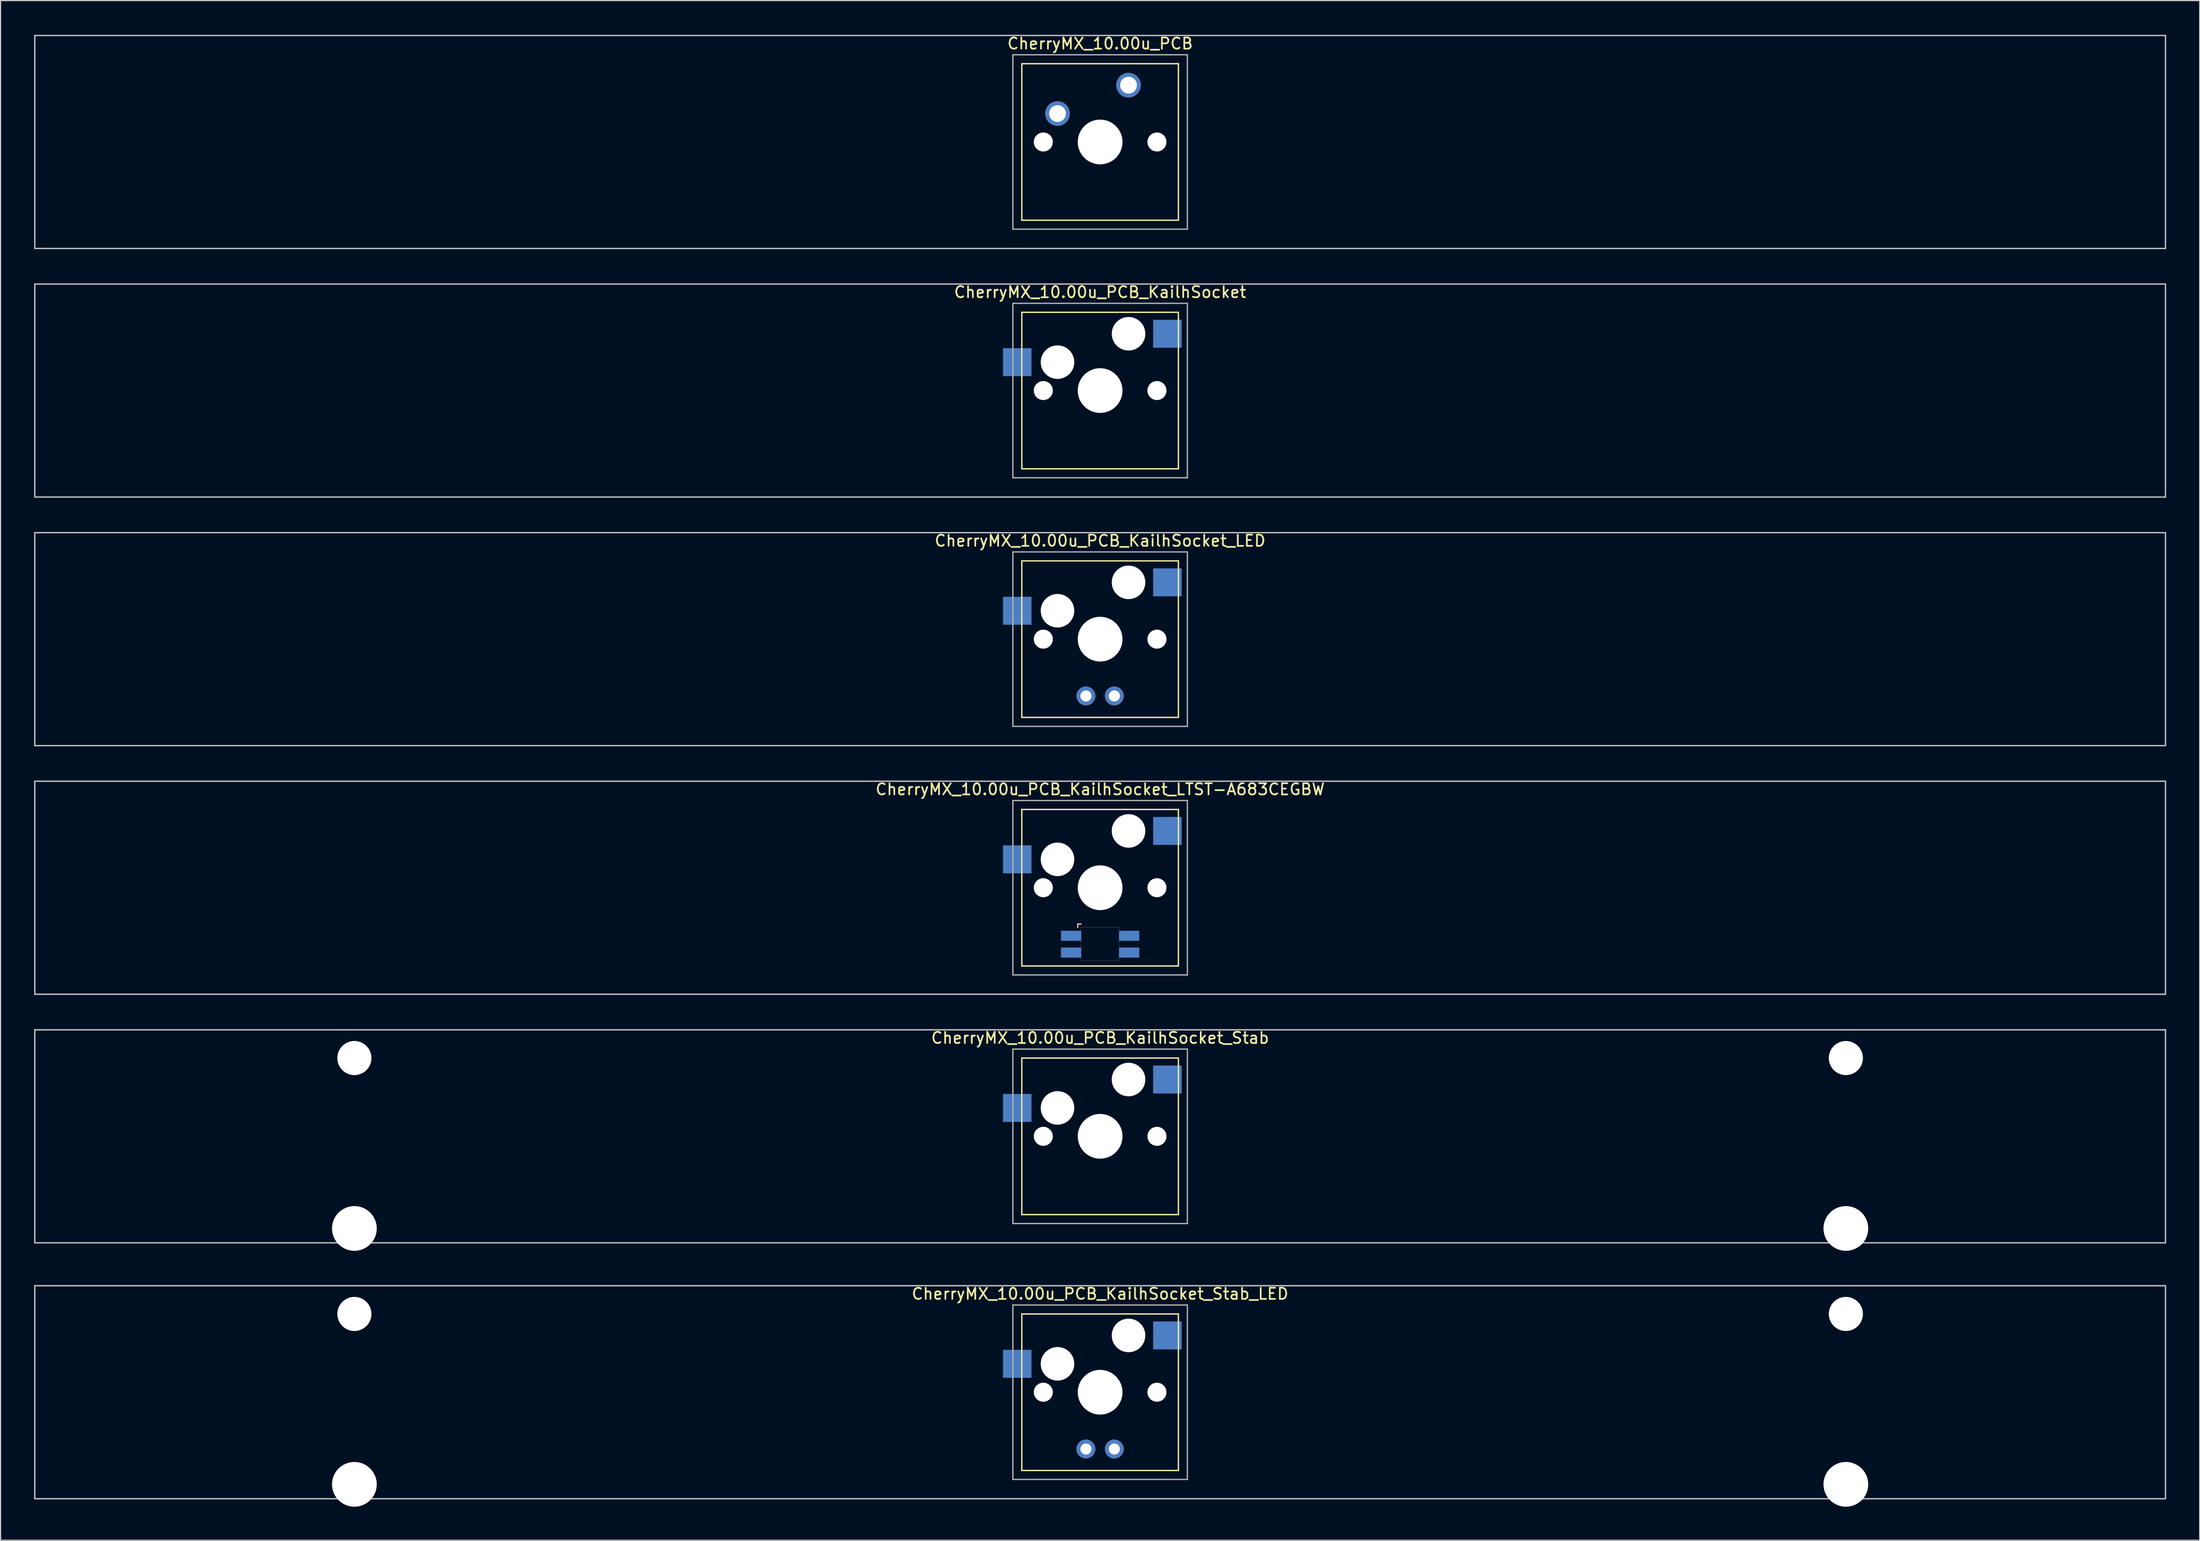
<source format=kicad_pcb>
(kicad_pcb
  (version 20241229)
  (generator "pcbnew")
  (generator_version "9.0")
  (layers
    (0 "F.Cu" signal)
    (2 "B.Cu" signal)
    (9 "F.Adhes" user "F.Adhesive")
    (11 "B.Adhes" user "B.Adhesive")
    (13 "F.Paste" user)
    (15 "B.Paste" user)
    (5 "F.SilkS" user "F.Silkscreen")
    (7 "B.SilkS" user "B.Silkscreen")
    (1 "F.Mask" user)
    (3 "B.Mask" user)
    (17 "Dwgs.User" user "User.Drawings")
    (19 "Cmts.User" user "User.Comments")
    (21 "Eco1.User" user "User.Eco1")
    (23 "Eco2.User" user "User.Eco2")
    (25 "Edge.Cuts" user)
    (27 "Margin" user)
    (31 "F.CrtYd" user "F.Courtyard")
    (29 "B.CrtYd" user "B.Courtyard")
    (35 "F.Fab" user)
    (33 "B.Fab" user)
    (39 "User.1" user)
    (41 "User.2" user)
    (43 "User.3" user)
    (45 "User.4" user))
  (footprint "CherryMX_10.00u_PCB_KailhSocket_Stab"
    (layer "F.Cu")
    (at 95.31 98.581)
    (property "Reference" "CherryMX_10.00u_PCB_KailhSocket_Stab" (at 0 -8.8 0) (layer "F.SilkS") (effects (font (size 1 1) (thickness 0.15))))
    (attr through_hole)
    (fp_line (start -7 -7) (end -7 7) (stroke (width 0.12) (type solid)) (layer "F.SilkS"))
    (fp_line (start -7 -7) (end 7 -7) (stroke (width 0.12) (type solid)) (layer "F.SilkS"))
    (fp_line (start 7 -7) (end 7 7) (stroke (width 0.12) (type solid)) (layer "F.SilkS"))
    (fp_line (start 7 7) (end -7 7) (stroke (width 0.12) (type solid)) (layer "F.SilkS"))
    (fp_line (start -95.25 -9.525) (end 95.25 -9.525) (stroke (width 0.12) (type solid)) (layer "Dwgs.User"))
    (fp_line (start -95.25 9.525) (end -95.25 -9.525) (stroke (width 0.12) (type solid)) (layer "Dwgs.User"))
    (fp_line (start 95.25 -9.525) (end 95.25 9.525) (stroke (width 0.12) (type solid)) (layer "Dwgs.User"))
    (fp_line (start 95.25 9.525) (end -95.25 9.525) (stroke (width 0.12) (type solid)) (layer "Dwgs.User"))
    (fp_line (start -7.8 -7.8) (end -7.8 7.8) (stroke (width 0.12) (type solid)) (layer "F.Fab"))
    (fp_line (start -7.8 -7.8) (end 7.8 -7.8) (stroke (width 0.12) (type solid)) (layer "F.Fab"))
    (fp_line (start -7.8 7.8) (end 7.8 7.8) (stroke (width 0.12) (type solid)) (layer "F.Fab"))
    (fp_line (start 7.8 -7.8) (end 7.8 7.8) (stroke (width 0.12) (type solid)) (layer "F.Fab"))
    (pad "" np_thru_hole circle (at -66.675 -7) (size 3.05 3.05) (drill 3.05) (layers "*.Cu" "*.Mask"))
    (pad "" np_thru_hole circle (at -66.675 8.24) (size 4 4) (drill 4) (layers "*.Cu" "*.Mask"))
    (pad "" np_thru_hole circle (at -5.08 0) (size 1.7 1.7) (drill 1.7) (layers "*.Cu" "*.Mask"))
    (pad "" np_thru_hole circle (at -3.81 -2.54) (size 3 3) (drill 3) (layers "*.Cu" "*.Mask"))
    (pad "" np_thru_hole circle (at 0 0) (size 4 4) (drill 4) (layers "*.Cu" "*.Mask"))
    (pad "" np_thru_hole circle (at 2.54 -5.08) (size 3 3) (drill 3) (layers "*.Cu" "*.Mask"))
    (pad "" np_thru_hole circle (at 5.08 0) (size 1.7 1.7) (drill 1.7) (layers "*.Cu" "*.Mask"))
    (pad "" np_thru_hole circle (at 66.675 -7) (size 3.05 3.05) (drill 3.05) (layers "*.Cu" "*.Mask"))
    (pad "" np_thru_hole circle (at 66.675 8.24) (size 4 4) (drill 4) (layers "*.Cu" "*.Mask"))
    (pad "1" smd rect (at -7.41 -2.54) (size 2.55 2.5) (layers "B.Cu" "B.Mask" "B.Paste"))
    (pad "2" smd rect (at 6.015 -5.08) (size 2.55 2.5) (layers "B.Cu" "B.Mask" "B.Paste")))
  (footprint "CherryMX_10.00u_PCB_KailhSocket_LED"
    (layer "F.Cu")
    (at 95.31 54.115)
    (property "Reference" "CherryMX_10.00u_PCB_KailhSocket_LED" (at 0 -8.8 0) (layer "F.SilkS") (effects (font (size 1 1) (thickness 0.15))))
    (attr through_hole)
    (fp_line (start -7 -7) (end -7 7) (stroke (width 0.12) (type solid)) (layer "F.SilkS"))
    (fp_line (start -7 -7) (end 7 -7) (stroke (width 0.12) (type solid)) (layer "F.SilkS"))
    (fp_line (start 7 -7) (end 7 7) (stroke (width 0.12) (type solid)) (layer "F.SilkS"))
    (fp_line (start 7 7) (end -7 7) (stroke (width 0.12) (type solid)) (layer "F.SilkS"))
    (fp_line (start -95.25 -9.525) (end 95.25 -9.525) (stroke (width 0.12) (type solid)) (layer "Dwgs.User"))
    (fp_line (start -95.25 9.525) (end -95.25 -9.525) (stroke (width 0.12) (type solid)) (layer "Dwgs.User"))
    (fp_line (start 95.25 -9.525) (end 95.25 9.525) (stroke (width 0.12) (type solid)) (layer "Dwgs.User"))
    (fp_line (start 95.25 9.525) (end -95.25 9.525) (stroke (width 0.12) (type solid)) (layer "Dwgs.User"))
    (fp_line (start -7.8 -7.8) (end -7.8 7.8) (stroke (width 0.12) (type solid)) (layer "F.Fab"))
    (fp_line (start -7.8 -7.8) (end 7.8 -7.8) (stroke (width 0.12) (type solid)) (layer "F.Fab"))
    (fp_line (start -7.8 7.8) (end 7.8 7.8) (stroke (width 0.12) (type solid)) (layer "F.Fab"))
    (fp_line (start 7.8 -7.8) (end 7.8 7.8) (stroke (width 0.12) (type solid)) (layer "F.Fab"))
    (pad "" np_thru_hole circle (at -5.08 0) (size 1.7 1.7) (drill 1.7) (layers "*.Cu" "*.Mask"))
    (pad "" np_thru_hole circle (at -3.81 -2.54) (size 3 3) (drill 3) (layers "*.Cu" "*.Mask"))
    (pad "" np_thru_hole circle (at 0 0) (size 4 4) (drill 4) (layers "*.Cu" "*.Mask"))
    (pad "" np_thru_hole circle (at 2.54 -5.08) (size 3 3) (drill 3) (layers "*.Cu" "*.Mask"))
    (pad "" np_thru_hole circle (at 5.08 0) (size 1.7 1.7) (drill 1.7) (layers "*.Cu" "*.Mask"))
    (pad "1" smd rect (at -7.41 -2.54) (size 2.55 2.5) (layers "B.Cu" "B.Mask" "B.Paste"))
    (pad "2" smd rect (at 6.015 -5.08) (size 2.55 2.5) (layers "B.Cu" "B.Mask" "B.Paste"))
    (pad "3" thru_hole circle (at -1.27 5.08) (size 1.691 1.691) (drill 0.991) (layers "*.Cu" "*.Mask"))
    (pad "4" thru_hole circle (at 1.27 5.08) (size 1.691 1.691) (drill 0.991) (layers "*.Cu" "*.Mask")))
  (footprint "CherryMX_10.00u_PCB"
    (layer "F.Cu")
    (at 95.31 9.648)
    (property "Reference" "CherryMX_10.00u_PCB" (at 0 -8.8 0) (layer "F.SilkS") (effects (font (size 1 1) (thickness 0.15))))
    (attr through_hole)
    (fp_line (start -7 -7) (end -7 7) (stroke (width 0.12) (type solid)) (layer "F.SilkS"))
    (fp_line (start -7 -7) (end 7 -7) (stroke (width 0.12) (type solid)) (layer "F.SilkS"))
    (fp_line (start 7 -7) (end 7 7) (stroke (width 0.12) (type solid)) (layer "F.SilkS"))
    (fp_line (start 7 7) (end -7 7) (stroke (width 0.12) (type solid)) (layer "F.SilkS"))
    (fp_line (start -95.25 -9.525) (end 95.25 -9.525) (stroke (width 0.12) (type solid)) (layer "Dwgs.User"))
    (fp_line (start -95.25 9.525) (end -95.25 -9.525) (stroke (width 0.12) (type solid)) (layer "Dwgs.User"))
    (fp_line (start 95.25 -9.525) (end 95.25 9.525) (stroke (width 0.12) (type solid)) (layer "Dwgs.User"))
    (fp_line (start 95.25 9.525) (end -95.25 9.525) (stroke (width 0.12) (type solid)) (layer "Dwgs.User"))
    (fp_line (start -7.8 -7.8) (end -7.8 7.8) (stroke (width 0.12) (type solid)) (layer "F.Fab"))
    (fp_line (start -7.8 -7.8) (end 7.8 -7.8) (stroke (width 0.12) (type solid)) (layer "F.Fab"))
    (fp_line (start -7.8 7.8) (end 7.8 7.8) (stroke (width 0.12) (type solid)) (layer "F.Fab"))
    (fp_line (start 7.8 -7.8) (end 7.8 7.8) (stroke (width 0.12) (type solid)) (layer "F.Fab"))
    (pad "" np_thru_hole circle (at -5.08 0) (size 1.7 1.7) (drill 1.7) (layers "*.Cu" "*.Mask"))
    (pad "" np_thru_hole circle (at 0 0) (size 4 4) (drill 4) (layers "*.Cu" "*.Mask"))
    (pad "" np_thru_hole circle (at 5.08 0) (size 1.7 1.7) (drill 1.7) (layers "*.Cu" "*.Mask"))
    (pad "1" thru_hole circle (at -3.81 -2.54) (size 2.2 2.2) (drill 1.5) (layers "*.Cu" "*.Mask"))
    (pad "2" thru_hole circle (at 2.54 -5.08) (size 2.2 2.2) (drill 1.5) (layers "*.Cu" "*.Mask")))
  (footprint "CherryMX_10.00u_PCB_KailhSocket_LTST-A683CEGBW"
    (layer "F.Cu")
    (at 95.31 76.348)
    (property "Reference" "CherryMX_10.00u_PCB_KailhSocket_LTST-A683CEGBW" (at 0 -8.8 0) (layer "F.SilkS") (effects (font (size 1 1) (thickness 0.15))))
    (attr through_hole)
    (fp_line (start -7 -7) (end -7 7) (stroke (width 0.12) (type solid)) (layer "F.SilkS"))
    (fp_line (start -7 -7) (end 7 -7) (stroke (width 0.12) (type solid)) (layer "F.SilkS"))
    (fp_line (start 7 -7) (end 7 7) (stroke (width 0.12) (type solid)) (layer "F.SilkS"))
    (fp_line (start 7 7) (end -7 7) (stroke (width 0.12) (type solid)) (layer "F.SilkS"))
    (fp_line (start -2 3.25) (end -2 3.55) (stroke (width 0.12) (type solid)) (layer "B.SilkS"))
    (fp_line (start -1.7 3.25) (end -2 3.25) (stroke (width 0.12) (type solid)) (layer "B.SilkS"))
    (fp_line (start -95.25 -9.525) (end 95.25 -9.525) (stroke (width 0.12) (type solid)) (layer "Dwgs.User"))
    (fp_line (start -95.25 9.525) (end -95.25 -9.525) (stroke (width 0.12) (type solid)) (layer "Dwgs.User"))
    (fp_line (start 95.25 -9.525) (end 95.25 9.525) (stroke (width 0.12) (type solid)) (layer "Dwgs.User"))
    (fp_line (start 95.25 9.525) (end -95.25 9.525) (stroke (width 0.12) (type solid)) (layer "Dwgs.User"))
    (fp_poly (pts (xy 1.7 6.55) (xy -1.7 6.55) (xy -1.7 3.55) (xy 1.7 3.55)) (stroke (width 0.01) (type solid)) (fill no) (layer "Edge.Cuts"))
    (fp_line (start -7.8 -7.8) (end -7.8 7.8) (stroke (width 0.12) (type solid)) (layer "F.Fab"))
    (fp_line (start -7.8 -7.8) (end 7.8 -7.8) (stroke (width 0.12) (type solid)) (layer "F.Fab"))
    (fp_line (start -7.8 7.8) (end 7.8 7.8) (stroke (width 0.12) (type solid)) (layer "F.Fab"))
    (fp_line (start 7.8 -7.8) (end 7.8 7.8) (stroke (width 0.12) (type solid)) (layer "F.Fab"))
    (pad "" np_thru_hole circle (at -5.08 0) (size 1.7 1.7) (drill 1.7) (layers "*.Cu" "*.Mask"))
    (pad "" np_thru_hole circle (at -3.81 -2.54) (size 3 3) (drill 3) (layers "*.Cu" "*.Mask"))
    (pad "" np_thru_hole circle (at 0 0) (size 4 4) (drill 4) (layers "*.Cu" "*.Mask"))
    (pad "" np_thru_hole circle (at 2.54 -5.08) (size 3 3) (drill 3) (layers "*.Cu" "*.Mask"))
    (pad "" np_thru_hole circle (at 5.08 0) (size 1.7 1.7) (drill 1.7) (layers "*.Cu" "*.Mask"))
    (pad "1" smd rect (at -7.41 -2.54) (size 2.55 2.5) (layers "B.Cu" "B.Mask" "B.Paste"))
    (pad "2" smd rect (at 6.015 -5.08) (size 2.55 2.5) (layers "B.Cu" "B.Mask" "B.Paste"))
    (pad "3" smd rect (at -2.6 4.3) (size 1.8 0.9) (layers "B.Cu" "B.Mask" "B.Paste"))
    (pad "4" smd rect (at -2.6 5.8) (size 1.8 0.9) (layers "B.Cu" "B.Mask" "B.Paste"))
    (pad "5" smd rect (at 2.6 4.3) (size 1.8 0.9) (layers "B.Cu" "B.Mask" "B.Paste"))
    (pad "6" smd rect (at 2.6 5.8) (size 1.8 0.9) (layers "B.Cu" "B.Mask" "B.Paste")))
  (footprint "CherryMX_10.00u_PCB_KailhSocket_Stab_LED"
    (layer "F.Cu")
    (at 95.31 121.469)
    (property "Reference" "CherryMX_10.00u_PCB_KailhSocket_Stab_LED" (at 0 -8.8 0) (layer "F.SilkS") (effects (font (size 1 1) (thickness 0.15))))
    (attr through_hole)
    (fp_line (start -7 -7) (end -7 7) (stroke (width 0.12) (type solid)) (layer "F.SilkS"))
    (fp_line (start -7 -7) (end 7 -7) (stroke (width 0.12) (type solid)) (layer "F.SilkS"))
    (fp_line (start 7 -7) (end 7 7) (stroke (width 0.12) (type solid)) (layer "F.SilkS"))
    (fp_line (start 7 7) (end -7 7) (stroke (width 0.12) (type solid)) (layer "F.SilkS"))
    (fp_line (start -95.25 -9.525) (end 95.25 -9.525) (stroke (width 0.12) (type solid)) (layer "Dwgs.User"))
    (fp_line (start -95.25 9.525) (end -95.25 -9.525) (stroke (width 0.12) (type solid)) (layer "Dwgs.User"))
    (fp_line (start 95.25 -9.525) (end 95.25 9.525) (stroke (width 0.12) (type solid)) (layer "Dwgs.User"))
    (fp_line (start 95.25 9.525) (end -95.25 9.525) (stroke (width 0.12) (type solid)) (layer "Dwgs.User"))
    (fp_line (start -7.8 -7.8) (end -7.8 7.8) (stroke (width 0.12) (type solid)) (layer "F.Fab"))
    (fp_line (start -7.8 -7.8) (end 7.8 -7.8) (stroke (width 0.12) (type solid)) (layer "F.Fab"))
    (fp_line (start -7.8 7.8) (end 7.8 7.8) (stroke (width 0.12) (type solid)) (layer "F.Fab"))
    (fp_line (start 7.8 -7.8) (end 7.8 7.8) (stroke (width 0.12) (type solid)) (layer "F.Fab"))
    (pad "" np_thru_hole circle (at -66.675 -7) (size 3.05 3.05) (drill 3.05) (layers "*.Cu" "*.Mask"))
    (pad "" np_thru_hole circle (at -66.675 8.24) (size 4 4) (drill 4) (layers "*.Cu" "*.Mask"))
    (pad "" np_thru_hole circle (at -5.08 0) (size 1.7 1.7) (drill 1.7) (layers "*.Cu" "*.Mask"))
    (pad "" np_thru_hole circle (at -3.81 -2.54) (size 3 3) (drill 3) (layers "*.Cu" "*.Mask"))
    (pad "" np_thru_hole circle (at 0 0) (size 4 4) (drill 4) (layers "*.Cu" "*.Mask"))
    (pad "" np_thru_hole circle (at 2.54 -5.08) (size 3 3) (drill 3) (layers "*.Cu" "*.Mask"))
    (pad "" np_thru_hole circle (at 5.08 0) (size 1.7 1.7) (drill 1.7) (layers "*.Cu" "*.Mask"))
    (pad "" np_thru_hole circle (at 66.675 -7) (size 3.05 3.05) (drill 3.05) (layers "*.Cu" "*.Mask"))
    (pad "" np_thru_hole circle (at 66.675 8.24) (size 4 4) (drill 4) (layers "*.Cu" "*.Mask"))
    (pad "1" smd rect (at -7.41 -2.54) (size 2.55 2.5) (layers "B.Cu" "B.Mask" "B.Paste"))
    (pad "2" smd rect (at 6.015 -5.08) (size 2.55 2.5) (layers "B.Cu" "B.Mask" "B.Paste"))
    (pad "3" thru_hole circle (at -1.27 5.08) (size 1.691 1.691) (drill 0.991) (layers "*.Cu" "*.Mask"))
    (pad "4" thru_hole circle (at 1.27 5.08) (size 1.691 1.691) (drill 0.991) (layers "*.Cu" "*.Mask")))
  (footprint "CherryMX_10.00u_PCB_KailhSocket"
    (layer "F.Cu")
    (at 95.31 31.881)
    (property "Reference" "CherryMX_10.00u_PCB_KailhSocket" (at 0 -8.8 0) (layer "F.SilkS") (effects (font (size 1 1) (thickness 0.15))))
    (attr through_hole)
    (fp_line (start -7 -7) (end -7 7) (stroke (width 0.12) (type solid)) (layer "F.SilkS"))
    (fp_line (start -7 -7) (end 7 -7) (stroke (width 0.12) (type solid)) (layer "F.SilkS"))
    (fp_line (start 7 -7) (end 7 7) (stroke (width 0.12) (type solid)) (layer "F.SilkS"))
    (fp_line (start 7 7) (end -7 7) (stroke (width 0.12) (type solid)) (layer "F.SilkS"))
    (fp_line (start -95.25 -9.525) (end 95.25 -9.525) (stroke (width 0.12) (type solid)) (layer "Dwgs.User"))
    (fp_line (start -95.25 9.525) (end -95.25 -9.525) (stroke (width 0.12) (type solid)) (layer "Dwgs.User"))
    (fp_line (start 95.25 -9.525) (end 95.25 9.525) (stroke (width 0.12) (type solid)) (layer "Dwgs.User"))
    (fp_line (start 95.25 9.525) (end -95.25 9.525) (stroke (width 0.12) (type solid)) (layer "Dwgs.User"))
    (fp_line (start -7.8 -7.8) (end -7.8 7.8) (stroke (width 0.12) (type solid)) (layer "F.Fab"))
    (fp_line (start -7.8 -7.8) (end 7.8 -7.8) (stroke (width 0.12) (type solid)) (layer "F.Fab"))
    (fp_line (start -7.8 7.8) (end 7.8 7.8) (stroke (width 0.12) (type solid)) (layer "F.Fab"))
    (fp_line (start 7.8 -7.8) (end 7.8 7.8) (stroke (width 0.12) (type solid)) (layer "F.Fab"))
    (pad "" np_thru_hole circle (at -5.08 0) (size 1.7 1.7) (drill 1.7) (layers "*.Cu" "*.Mask"))
    (pad "" np_thru_hole circle (at -3.81 -2.54) (size 3 3) (drill 3) (layers "*.Cu" "*.Mask"))
    (pad "" np_thru_hole circle (at 0 0) (size 4 4) (drill 4) (layers "*.Cu" "*.Mask"))
    (pad "" np_thru_hole circle (at 2.54 -5.08) (size 3 3) (drill 3) (layers "*.Cu" "*.Mask"))
    (pad "" np_thru_hole circle (at 5.08 0) (size 1.7 1.7) (drill 1.7) (layers "*.Cu" "*.Mask"))
    (pad "1" smd rect (at -7.41 -2.54) (size 2.55 2.5) (layers "B.Cu" "B.Mask" "B.Paste"))
    (pad "2" smd rect (at 6.015 -5.08) (size 2.55 2.5) (layers "B.Cu" "B.Mask" "B.Paste")))
  (gr_rect
    (start -3 -3)
    (end 193.62 134.709)
    (stroke (width 0.1) (type default))
    (fill no)
    (layer "Edge.Cuts")))
</source>
